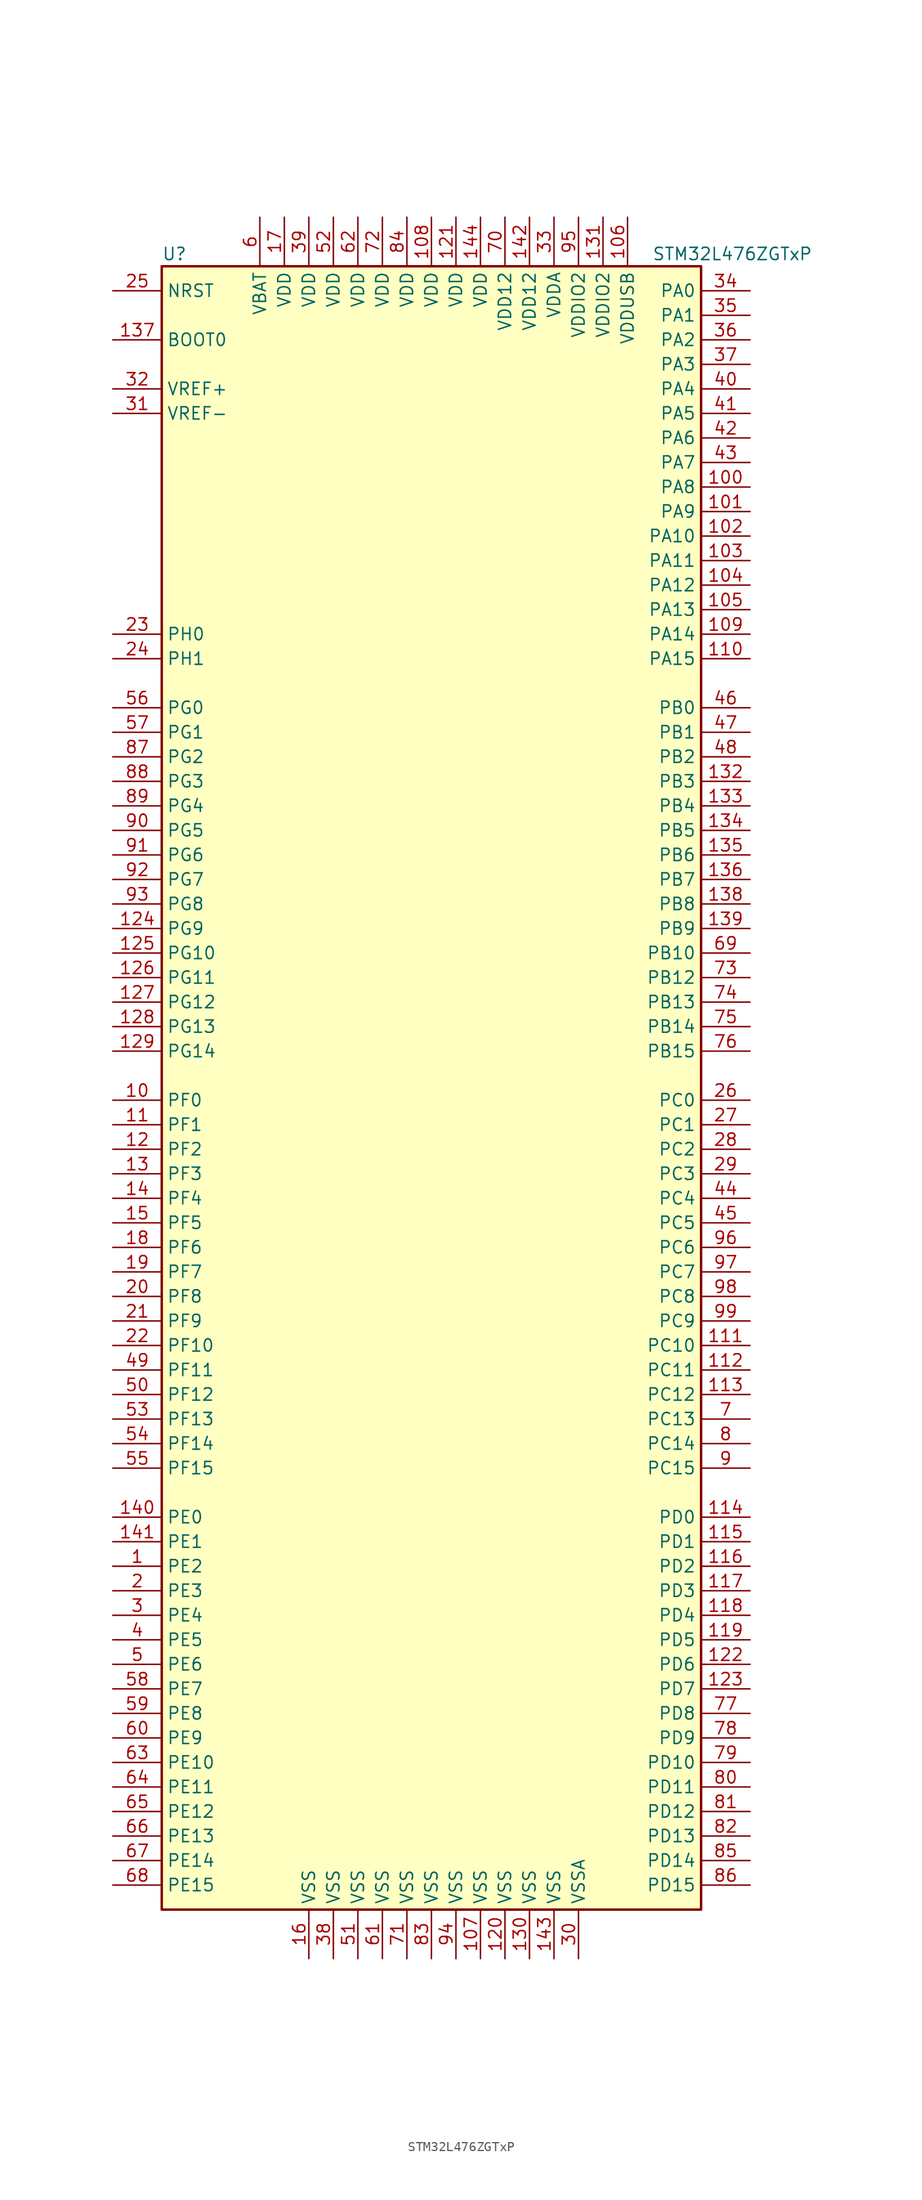
<source format=kicad_sym>
(kicad_symbol_lib
  (version 20201005)
  (generator kicad_symbol_editor)
  (symbol "STM32L476ZGTxP"
    (property "Reference" "U"
      (at -27.94 85.09 0)
      (effects (font (size 1.27 1.27)) (justify left)))
    (property "Value" "STM32L476ZGTxP"
      (at 22.86 85.09 0)
      (effects (font (size 1.27 1.27)) (justify left)))
    (symbol "STM32L476ZGTxP_0_1"
      (rectangle (start -27.94 -86.36) (end 27.94 83.82) (stroke (width 0.254)) (fill (type background))))
    (symbol "STM32L476ZGTxP_1_1"
      (pin input line (at -33.02 76.2 0) (length 5.08) (name "BOOT0" (effects (font (size 1.27 1.27)))) (number "137" (effects (font (size 1.27 1.27)))))
      (pin input line (at -33.02 81.28 0) (length 5.08) (name "NRST" (effects (font (size 1.27 1.27)))) (number "25" (effects (font (size 1.27 1.27)))))
      (pin bidirectional line (at 33.02 81.28 180) (length 5.08) (name "PA0" (effects (font (size 1.27 1.27)))) (number "34" (effects (font (size 1.27 1.27)))))
      (pin bidirectional line (at 33.02 78.74 180) (length 5.08) (name "PA1" (effects (font (size 1.27 1.27)))) (number "35" (effects (font (size 1.27 1.27)))))
      (pin bidirectional line (at 33.02 55.88 180) (length 5.08) (name "PA10" (effects (font (size 1.27 1.27)))) (number "102" (effects (font (size 1.27 1.27)))))
      (pin bidirectional line (at 33.02 53.34 180) (length 5.08) (name "PA11" (effects (font (size 1.27 1.27)))) (number "103" (effects (font (size 1.27 1.27)))))
      (pin bidirectional line (at 33.02 50.8 180) (length 5.08) (name "PA12" (effects (font (size 1.27 1.27)))) (number "104" (effects (font (size 1.27 1.27)))))
      (pin bidirectional line (at 33.02 48.26 180) (length 5.08) (name "PA13" (effects (font (size 1.27 1.27)))) (number "105" (effects (font (size 1.27 1.27)))))
      (pin bidirectional line (at 33.02 45.72 180) (length 5.08) (name "PA14" (effects (font (size 1.27 1.27)))) (number "109" (effects (font (size 1.27 1.27)))))
      (pin bidirectional line (at 33.02 43.18 180) (length 5.08) (name "PA15" (effects (font (size 1.27 1.27)))) (number "110" (effects (font (size 1.27 1.27)))))
      (pin bidirectional line (at 33.02 76.2 180) (length 5.08) (name "PA2" (effects (font (size 1.27 1.27)))) (number "36" (effects (font (size 1.27 1.27)))))
      (pin bidirectional line (at 33.02 73.66 180) (length 5.08) (name "PA3" (effects (font (size 1.27 1.27)))) (number "37" (effects (font (size 1.27 1.27)))))
      (pin bidirectional line (at 33.02 71.12 180) (length 5.08) (name "PA4" (effects (font (size 1.27 1.27)))) (number "40" (effects (font (size 1.27 1.27)))))
      (pin bidirectional line (at 33.02 68.58 180) (length 5.08) (name "PA5" (effects (font (size 1.27 1.27)))) (number "41" (effects (font (size 1.27 1.27)))))
      (pin bidirectional line (at 33.02 66.04 180) (length 5.08) (name "PA6" (effects (font (size 1.27 1.27)))) (number "42" (effects (font (size 1.27 1.27)))))
      (pin bidirectional line (at 33.02 63.5 180) (length 5.08) (name "PA7" (effects (font (size 1.27 1.27)))) (number "43" (effects (font (size 1.27 1.27)))))
      (pin bidirectional line (at 33.02 60.96 180) (length 5.08) (name "PA8" (effects (font (size 1.27 1.27)))) (number "100" (effects (font (size 1.27 1.27)))))
      (pin bidirectional line (at 33.02 58.42 180) (length 5.08) (name "PA9" (effects (font (size 1.27 1.27)))) (number "101" (effects (font (size 1.27 1.27)))))
      (pin bidirectional line (at 33.02 38.1 180) (length 5.08) (name "PB0" (effects (font (size 1.27 1.27)))) (number "46" (effects (font (size 1.27 1.27)))))
      (pin bidirectional line (at 33.02 35.56 180) (length 5.08) (name "PB1" (effects (font (size 1.27 1.27)))) (number "47" (effects (font (size 1.27 1.27)))))
      (pin bidirectional line (at 33.02 12.7 180) (length 5.08) (name "PB10" (effects (font (size 1.27 1.27)))) (number "69" (effects (font (size 1.27 1.27)))))
      (pin bidirectional line (at 33.02 10.16 180) (length 5.08) (name "PB12" (effects (font (size 1.27 1.27)))) (number "73" (effects (font (size 1.27 1.27)))))
      (pin bidirectional line (at 33.02 7.62 180) (length 5.08) (name "PB13" (effects (font (size 1.27 1.27)))) (number "74" (effects (font (size 1.27 1.27)))))
      (pin bidirectional line (at 33.02 5.08 180) (length 5.08) (name "PB14" (effects (font (size 1.27 1.27)))) (number "75" (effects (font (size 1.27 1.27)))))
      (pin bidirectional line (at 33.02 2.54 180) (length 5.08) (name "PB15" (effects (font (size 1.27 1.27)))) (number "76" (effects (font (size 1.27 1.27)))))
      (pin bidirectional line (at 33.02 33.02 180) (length 5.08) (name "PB2" (effects (font (size 1.27 1.27)))) (number "48" (effects (font (size 1.27 1.27)))))
      (pin bidirectional line (at 33.02 30.48 180) (length 5.08) (name "PB3" (effects (font (size 1.27 1.27)))) (number "132" (effects (font (size 1.27 1.27)))))
      (pin bidirectional line (at 33.02 27.94 180) (length 5.08) (name "PB4" (effects (font (size 1.27 1.27)))) (number "133" (effects (font (size 1.27 1.27)))))
      (pin bidirectional line (at 33.02 25.4 180) (length 5.08) (name "PB5" (effects (font (size 1.27 1.27)))) (number "134" (effects (font (size 1.27 1.27)))))
      (pin bidirectional line (at 33.02 22.86 180) (length 5.08) (name "PB6" (effects (font (size 1.27 1.27)))) (number "135" (effects (font (size 1.27 1.27)))))
      (pin bidirectional line (at 33.02 20.32 180) (length 5.08) (name "PB7" (effects (font (size 1.27 1.27)))) (number "136" (effects (font (size 1.27 1.27)))))
      (pin bidirectional line (at 33.02 17.78 180) (length 5.08) (name "PB8" (effects (font (size 1.27 1.27)))) (number "138" (effects (font (size 1.27 1.27)))))
      (pin bidirectional line (at 33.02 15.24 180) (length 5.08) (name "PB9" (effects (font (size 1.27 1.27)))) (number "139" (effects (font (size 1.27 1.27)))))
      (pin bidirectional line (at 33.02 -2.54 180) (length 5.08) (name "PC0" (effects (font (size 1.27 1.27)))) (number "26" (effects (font (size 1.27 1.27)))))
      (pin bidirectional line (at 33.02 -5.08 180) (length 5.08) (name "PC1" (effects (font (size 1.27 1.27)))) (number "27" (effects (font (size 1.27 1.27)))))
      (pin bidirectional line (at 33.02 -27.94 180) (length 5.08) (name "PC10" (effects (font (size 1.27 1.27)))) (number "111" (effects (font (size 1.27 1.27)))))
      (pin bidirectional line (at 33.02 -30.48 180) (length 5.08) (name "PC11" (effects (font (size 1.27 1.27)))) (number "112" (effects (font (size 1.27 1.27)))))
      (pin bidirectional line (at 33.02 -33.02 180) (length 5.08) (name "PC12" (effects (font (size 1.27 1.27)))) (number "113" (effects (font (size 1.27 1.27)))))
      (pin bidirectional line (at 33.02 -35.56 180) (length 5.08) (name "PC13" (effects (font (size 1.27 1.27)))) (number "7" (effects (font (size 1.27 1.27)))))
      (pin bidirectional line (at 33.02 -38.1 180) (length 5.08) (name "PC14" (effects (font (size 1.27 1.27)))) (number "8" (effects (font (size 1.27 1.27)))))
      (pin bidirectional line (at 33.02 -40.64 180) (length 5.08) (name "PC15" (effects (font (size 1.27 1.27)))) (number "9" (effects (font (size 1.27 1.27)))))
      (pin bidirectional line (at 33.02 -7.62 180) (length 5.08) (name "PC2" (effects (font (size 1.27 1.27)))) (number "28" (effects (font (size 1.27 1.27)))))
      (pin bidirectional line (at 33.02 -10.16 180) (length 5.08) (name "PC3" (effects (font (size 1.27 1.27)))) (number "29" (effects (font (size 1.27 1.27)))))
      (pin bidirectional line (at 33.02 -12.7 180) (length 5.08) (name "PC4" (effects (font (size 1.27 1.27)))) (number "44" (effects (font (size 1.27 1.27)))))
      (pin bidirectional line (at 33.02 -15.24 180) (length 5.08) (name "PC5" (effects (font (size 1.27 1.27)))) (number "45" (effects (font (size 1.27 1.27)))))
      (pin bidirectional line (at 33.02 -17.78 180) (length 5.08) (name "PC6" (effects (font (size 1.27 1.27)))) (number "96" (effects (font (size 1.27 1.27)))))
      (pin bidirectional line (at 33.02 -20.32 180) (length 5.08) (name "PC7" (effects (font (size 1.27 1.27)))) (number "97" (effects (font (size 1.27 1.27)))))
      (pin bidirectional line (at 33.02 -22.86 180) (length 5.08) (name "PC8" (effects (font (size 1.27 1.27)))) (number "98" (effects (font (size 1.27 1.27)))))
      (pin bidirectional line (at 33.02 -25.4 180) (length 5.08) (name "PC9" (effects (font (size 1.27 1.27)))) (number "99" (effects (font (size 1.27 1.27)))))
      (pin bidirectional line (at 33.02 -45.72 180) (length 5.08) (name "PD0" (effects (font (size 1.27 1.27)))) (number "114" (effects (font (size 1.27 1.27)))))
      (pin bidirectional line (at 33.02 -48.26 180) (length 5.08) (name "PD1" (effects (font (size 1.27 1.27)))) (number "115" (effects (font (size 1.27 1.27)))))
      (pin bidirectional line (at 33.02 -71.12 180) (length 5.08) (name "PD10" (effects (font (size 1.27 1.27)))) (number "79" (effects (font (size 1.27 1.27)))))
      (pin bidirectional line (at 33.02 -73.66 180) (length 5.08) (name "PD11" (effects (font (size 1.27 1.27)))) (number "80" (effects (font (size 1.27 1.27)))))
      (pin bidirectional line (at 33.02 -76.2 180) (length 5.08) (name "PD12" (effects (font (size 1.27 1.27)))) (number "81" (effects (font (size 1.27 1.27)))))
      (pin bidirectional line (at 33.02 -78.74 180) (length 5.08) (name "PD13" (effects (font (size 1.27 1.27)))) (number "82" (effects (font (size 1.27 1.27)))))
      (pin bidirectional line (at 33.02 -81.28 180) (length 5.08) (name "PD14" (effects (font (size 1.27 1.27)))) (number "85" (effects (font (size 1.27 1.27)))))
      (pin bidirectional line (at 33.02 -83.82 180) (length 5.08) (name "PD15" (effects (font (size 1.27 1.27)))) (number "86" (effects (font (size 1.27 1.27)))))
      (pin bidirectional line (at 33.02 -50.8 180) (length 5.08) (name "PD2" (effects (font (size 1.27 1.27)))) (number "116" (effects (font (size 1.27 1.27)))))
      (pin bidirectional line (at 33.02 -53.34 180) (length 5.08) (name "PD3" (effects (font (size 1.27 1.27)))) (number "117" (effects (font (size 1.27 1.27)))))
      (pin bidirectional line (at 33.02 -55.88 180) (length 5.08) (name "PD4" (effects (font (size 1.27 1.27)))) (number "118" (effects (font (size 1.27 1.27)))))
      (pin bidirectional line (at 33.02 -58.42 180) (length 5.08) (name "PD5" (effects (font (size 1.27 1.27)))) (number "119" (effects (font (size 1.27 1.27)))))
      (pin bidirectional line (at 33.02 -60.96 180) (length 5.08) (name "PD6" (effects (font (size 1.27 1.27)))) (number "122" (effects (font (size 1.27 1.27)))))
      (pin bidirectional line (at 33.02 -63.5 180) (length 5.08) (name "PD7" (effects (font (size 1.27 1.27)))) (number "123" (effects (font (size 1.27 1.27)))))
      (pin bidirectional line (at 33.02 -66.04 180) (length 5.08) (name "PD8" (effects (font (size 1.27 1.27)))) (number "77" (effects (font (size 1.27 1.27)))))
      (pin bidirectional line (at 33.02 -68.58 180) (length 5.08) (name "PD9" (effects (font (size 1.27 1.27)))) (number "78" (effects (font (size 1.27 1.27)))))
      (pin bidirectional line (at -33.02 -45.72 0) (length 5.08) (name "PE0" (effects (font (size 1.27 1.27)))) (number "140" (effects (font (size 1.27 1.27)))))
      (pin bidirectional line (at -33.02 -48.26 0) (length 5.08) (name "PE1" (effects (font (size 1.27 1.27)))) (number "141" (effects (font (size 1.27 1.27)))))
      (pin bidirectional line (at -33.02 -71.12 0) (length 5.08) (name "PE10" (effects (font (size 1.27 1.27)))) (number "63" (effects (font (size 1.27 1.27)))))
      (pin bidirectional line (at -33.02 -73.66 0) (length 5.08) (name "PE11" (effects (font (size 1.27 1.27)))) (number "64" (effects (font (size 1.27 1.27)))))
      (pin bidirectional line (at -33.02 -76.2 0) (length 5.08) (name "PE12" (effects (font (size 1.27 1.27)))) (number "65" (effects (font (size 1.27 1.27)))))
      (pin bidirectional line (at -33.02 -78.74 0) (length 5.08) (name "PE13" (effects (font (size 1.27 1.27)))) (number "66" (effects (font (size 1.27 1.27)))))
      (pin bidirectional line (at -33.02 -81.28 0) (length 5.08) (name "PE14" (effects (font (size 1.27 1.27)))) (number "67" (effects (font (size 1.27 1.27)))))
      (pin bidirectional line (at -33.02 -83.82 0) (length 5.08) (name "PE15" (effects (font (size 1.27 1.27)))) (number "68" (effects (font (size 1.27 1.27)))))
      (pin bidirectional line (at -33.02 -50.8 0) (length 5.08) (name "PE2" (effects (font (size 1.27 1.27)))) (number "1" (effects (font (size 1.27 1.27)))))
      (pin bidirectional line (at -33.02 -53.34 0) (length 5.08) (name "PE3" (effects (font (size 1.27 1.27)))) (number "2" (effects (font (size 1.27 1.27)))))
      (pin bidirectional line (at -33.02 -55.88 0) (length 5.08) (name "PE4" (effects (font (size 1.27 1.27)))) (number "3" (effects (font (size 1.27 1.27)))))
      (pin bidirectional line (at -33.02 -58.42 0) (length 5.08) (name "PE5" (effects (font (size 1.27 1.27)))) (number "4" (effects (font (size 1.27 1.27)))))
      (pin bidirectional line (at -33.02 -60.96 0) (length 5.08) (name "PE6" (effects (font (size 1.27 1.27)))) (number "5" (effects (font (size 1.27 1.27)))))
      (pin bidirectional line (at -33.02 -63.5 0) (length 5.08) (name "PE7" (effects (font (size 1.27 1.27)))) (number "58" (effects (font (size 1.27 1.27)))))
      (pin bidirectional line (at -33.02 -66.04 0) (length 5.08) (name "PE8" (effects (font (size 1.27 1.27)))) (number "59" (effects (font (size 1.27 1.27)))))
      (pin bidirectional line (at -33.02 -68.58 0) (length 5.08) (name "PE9" (effects (font (size 1.27 1.27)))) (number "60" (effects (font (size 1.27 1.27)))))
      (pin bidirectional line (at -33.02 -2.54 0) (length 5.08) (name "PF0" (effects (font (size 1.27 1.27)))) (number "10" (effects (font (size 1.27 1.27)))))
      (pin bidirectional line (at -33.02 -5.08 0) (length 5.08) (name "PF1" (effects (font (size 1.27 1.27)))) (number "11" (effects (font (size 1.27 1.27)))))
      (pin bidirectional line (at -33.02 -27.94 0) (length 5.08) (name "PF10" (effects (font (size 1.27 1.27)))) (number "22" (effects (font (size 1.27 1.27)))))
      (pin bidirectional line (at -33.02 -30.48 0) (length 5.08) (name "PF11" (effects (font (size 1.27 1.27)))) (number "49" (effects (font (size 1.27 1.27)))))
      (pin bidirectional line (at -33.02 -33.02 0) (length 5.08) (name "PF12" (effects (font (size 1.27 1.27)))) (number "50" (effects (font (size 1.27 1.27)))))
      (pin bidirectional line (at -33.02 -35.56 0) (length 5.08) (name "PF13" (effects (font (size 1.27 1.27)))) (number "53" (effects (font (size 1.27 1.27)))))
      (pin bidirectional line (at -33.02 -38.1 0) (length 5.08) (name "PF14" (effects (font (size 1.27 1.27)))) (number "54" (effects (font (size 1.27 1.27)))))
      (pin bidirectional line (at -33.02 -40.64 0) (length 5.08) (name "PF15" (effects (font (size 1.27 1.27)))) (number "55" (effects (font (size 1.27 1.27)))))
      (pin bidirectional line (at -33.02 -7.62 0) (length 5.08) (name "PF2" (effects (font (size 1.27 1.27)))) (number "12" (effects (font (size 1.27 1.27)))))
      (pin bidirectional line (at -33.02 -10.16 0) (length 5.08) (name "PF3" (effects (font (size 1.27 1.27)))) (number "13" (effects (font (size 1.27 1.27)))))
      (pin bidirectional line (at -33.02 -12.7 0) (length 5.08) (name "PF4" (effects (font (size 1.27 1.27)))) (number "14" (effects (font (size 1.27 1.27)))))
      (pin bidirectional line (at -33.02 -15.24 0) (length 5.08) (name "PF5" (effects (font (size 1.27 1.27)))) (number "15" (effects (font (size 1.27 1.27)))))
      (pin bidirectional line (at -33.02 -17.78 0) (length 5.08) (name "PF6" (effects (font (size 1.27 1.27)))) (number "18" (effects (font (size 1.27 1.27)))))
      (pin bidirectional line (at -33.02 -20.32 0) (length 5.08) (name "PF7" (effects (font (size 1.27 1.27)))) (number "19" (effects (font (size 1.27 1.27)))))
      (pin bidirectional line (at -33.02 -22.86 0) (length 5.08) (name "PF8" (effects (font (size 1.27 1.27)))) (number "20" (effects (font (size 1.27 1.27)))))
      (pin bidirectional line (at -33.02 -25.4 0) (length 5.08) (name "PF9" (effects (font (size 1.27 1.27)))) (number "21" (effects (font (size 1.27 1.27)))))
      (pin bidirectional line (at -33.02 38.1 0) (length 5.08) (name "PG0" (effects (font (size 1.27 1.27)))) (number "56" (effects (font (size 1.27 1.27)))))
      (pin bidirectional line (at -33.02 35.56 0) (length 5.08) (name "PG1" (effects (font (size 1.27 1.27)))) (number "57" (effects (font (size 1.27 1.27)))))
      (pin bidirectional line (at -33.02 12.7 0) (length 5.08) (name "PG10" (effects (font (size 1.27 1.27)))) (number "125" (effects (font (size 1.27 1.27)))))
      (pin bidirectional line (at -33.02 10.16 0) (length 5.08) (name "PG11" (effects (font (size 1.27 1.27)))) (number "126" (effects (font (size 1.27 1.27)))))
      (pin bidirectional line (at -33.02 7.62 0) (length 5.08) (name "PG12" (effects (font (size 1.27 1.27)))) (number "127" (effects (font (size 1.27 1.27)))))
      (pin bidirectional line (at -33.02 5.08 0) (length 5.08) (name "PG13" (effects (font (size 1.27 1.27)))) (number "128" (effects (font (size 1.27 1.27)))))
      (pin bidirectional line (at -33.02 2.54 0) (length 5.08) (name "PG14" (effects (font (size 1.27 1.27)))) (number "129" (effects (font (size 1.27 1.27)))))
      (pin bidirectional line (at -33.02 33.02 0) (length 5.08) (name "PG2" (effects (font (size 1.27 1.27)))) (number "87" (effects (font (size 1.27 1.27)))))
      (pin bidirectional line (at -33.02 30.48 0) (length 5.08) (name "PG3" (effects (font (size 1.27 1.27)))) (number "88" (effects (font (size 1.27 1.27)))))
      (pin bidirectional line (at -33.02 27.94 0) (length 5.08) (name "PG4" (effects (font (size 1.27 1.27)))) (number "89" (effects (font (size 1.27 1.27)))))
      (pin bidirectional line (at -33.02 25.4 0) (length 5.08) (name "PG5" (effects (font (size 1.27 1.27)))) (number "90" (effects (font (size 1.27 1.27)))))
      (pin bidirectional line (at -33.02 22.86 0) (length 5.08) (name "PG6" (effects (font (size 1.27 1.27)))) (number "91" (effects (font (size 1.27 1.27)))))
      (pin bidirectional line (at -33.02 20.32 0) (length 5.08) (name "PG7" (effects (font (size 1.27 1.27)))) (number "92" (effects (font (size 1.27 1.27)))))
      (pin bidirectional line (at -33.02 17.78 0) (length 5.08) (name "PG8" (effects (font (size 1.27 1.27)))) (number "93" (effects (font (size 1.27 1.27)))))
      (pin bidirectional line (at -33.02 15.24 0) (length 5.08) (name "PG9" (effects (font (size 1.27 1.27)))) (number "124" (effects (font (size 1.27 1.27)))))
      (pin input line (at -33.02 45.72 0) (length 5.08) (name "PH0" (effects (font (size 1.27 1.27)))) (number "23" (effects (font (size 1.27 1.27)))))
      (pin input line (at -33.02 43.18 0) (length 5.08) (name "PH1" (effects (font (size 1.27 1.27)))) (number "24" (effects (font (size 1.27 1.27)))))
      (pin power_in line (at -17.78 88.9 270) (length 5.08) (name "VBAT" (effects (font (size 1.27 1.27)))) (number "6" (effects (font (size 1.27 1.27)))))
      (pin power_in line (at 0 88.9 270) (length 5.08) (name "VDD" (effects (font (size 1.27 1.27)))) (number "108" (effects (font (size 1.27 1.27)))))
      (pin power_in line (at 2.54 88.9 270) (length 5.08) (name "VDD" (effects (font (size 1.27 1.27)))) (number "121" (effects (font (size 1.27 1.27)))))
      (pin power_in line (at 5.08 88.9 270) (length 5.08) (name "VDD" (effects (font (size 1.27 1.27)))) (number "144" (effects (font (size 1.27 1.27)))))
      (pin power_in line (at -15.24 88.9 270) (length 5.08) (name "VDD" (effects (font (size 1.27 1.27)))) (number "17" (effects (font (size 1.27 1.27)))))
      (pin power_in line (at -12.7 88.9 270) (length 5.08) (name "VDD" (effects (font (size 1.27 1.27)))) (number "39" (effects (font (size 1.27 1.27)))))
      (pin power_in line (at -10.16 88.9 270) (length 5.08) (name "VDD" (effects (font (size 1.27 1.27)))) (number "52" (effects (font (size 1.27 1.27)))))
      (pin power_in line (at -7.62 88.9 270) (length 5.08) (name "VDD" (effects (font (size 1.27 1.27)))) (number "62" (effects (font (size 1.27 1.27)))))
      (pin power_in line (at -5.08 88.9 270) (length 5.08) (name "VDD" (effects (font (size 1.27 1.27)))) (number "72" (effects (font (size 1.27 1.27)))))
      (pin power_in line (at -2.54 88.9 270) (length 5.08) (name "VDD" (effects (font (size 1.27 1.27)))) (number "84" (effects (font (size 1.27 1.27)))))
      (pin power_in line (at 10.16 88.9 270) (length 5.08) (name "VDD12" (effects (font (size 1.27 1.27)))) (number "142" (effects (font (size 1.27 1.27)))))
      (pin power_in line (at 7.62 88.9 270) (length 5.08) (name "VDD12" (effects (font (size 1.27 1.27)))) (number "70" (effects (font (size 1.27 1.27)))))
      (pin power_in line (at 12.7 88.9 270) (length 5.08) (name "VDDA" (effects (font (size 1.27 1.27)))) (number "33" (effects (font (size 1.27 1.27)))))
      (pin power_in line (at 17.78 88.9 270) (length 5.08) (name "VDDIO2" (effects (font (size 1.27 1.27)))) (number "131" (effects (font (size 1.27 1.27)))))
      (pin power_in line (at 15.24 88.9 270) (length 5.08) (name "VDDIO2" (effects (font (size 1.27 1.27)))) (number "95" (effects (font (size 1.27 1.27)))))
      (pin power_in line (at 20.32 88.9 270) (length 5.08) (name "VDDUSB" (effects (font (size 1.27 1.27)))) (number "106" (effects (font (size 1.27 1.27)))))
      (pin bidirectional line (at -33.02 71.12 0) (length 5.08) (name "VREF+" (effects (font (size 1.27 1.27)))) (number "32" (effects (font (size 1.27 1.27)))))
      (pin power_in line (at -33.02 68.58 0) (length 5.08) (name "VREF-" (effects (font (size 1.27 1.27)))) (number "31" (effects (font (size 1.27 1.27)))))
      (pin power_in line (at 5.08 -91.44 90) (length 5.08) (name "VSS" (effects (font (size 1.27 1.27)))) (number "107" (effects (font (size 1.27 1.27)))))
      (pin power_in line (at 7.62 -91.44 90) (length 5.08) (name "VSS" (effects (font (size 1.27 1.27)))) (number "120" (effects (font (size 1.27 1.27)))))
      (pin power_in line (at 10.16 -91.44 90) (length 5.08) (name "VSS" (effects (font (size 1.27 1.27)))) (number "130" (effects (font (size 1.27 1.27)))))
      (pin power_in line (at 12.7 -91.44 90) (length 5.08) (name "VSS" (effects (font (size 1.27 1.27)))) (number "143" (effects (font (size 1.27 1.27)))))
      (pin power_in line (at -12.7 -91.44 90) (length 5.08) (name "VSS" (effects (font (size 1.27 1.27)))) (number "16" (effects (font (size 1.27 1.27)))))
      (pin power_in line (at -10.16 -91.44 90) (length 5.08) (name "VSS" (effects (font (size 1.27 1.27)))) (number "38" (effects (font (size 1.27 1.27)))))
      (pin power_in line (at -7.62 -91.44 90) (length 5.08) (name "VSS" (effects (font (size 1.27 1.27)))) (number "51" (effects (font (size 1.27 1.27)))))
      (pin power_in line (at -5.08 -91.44 90) (length 5.08) (name "VSS" (effects (font (size 1.27 1.27)))) (number "61" (effects (font (size 1.27 1.27)))))
      (pin power_in line (at -2.54 -91.44 90) (length 5.08) (name "VSS" (effects (font (size 1.27 1.27)))) (number "71" (effects (font (size 1.27 1.27)))))
      (pin power_in line (at 0 -91.44 90) (length 5.08) (name "VSS" (effects (font (size 1.27 1.27)))) (number "83" (effects (font (size 1.27 1.27)))))
      (pin power_in line (at 2.54 -91.44 90) (length 5.08) (name "VSS" (effects (font (size 1.27 1.27)))) (number "94" (effects (font (size 1.27 1.27)))))
      (pin power_in line (at 15.24 -91.44 90) (length 5.08) (name "VSSA" (effects (font (size 1.27 1.27)))) (number "30" (effects (font (size 1.27 1.27))))))))
</source>
